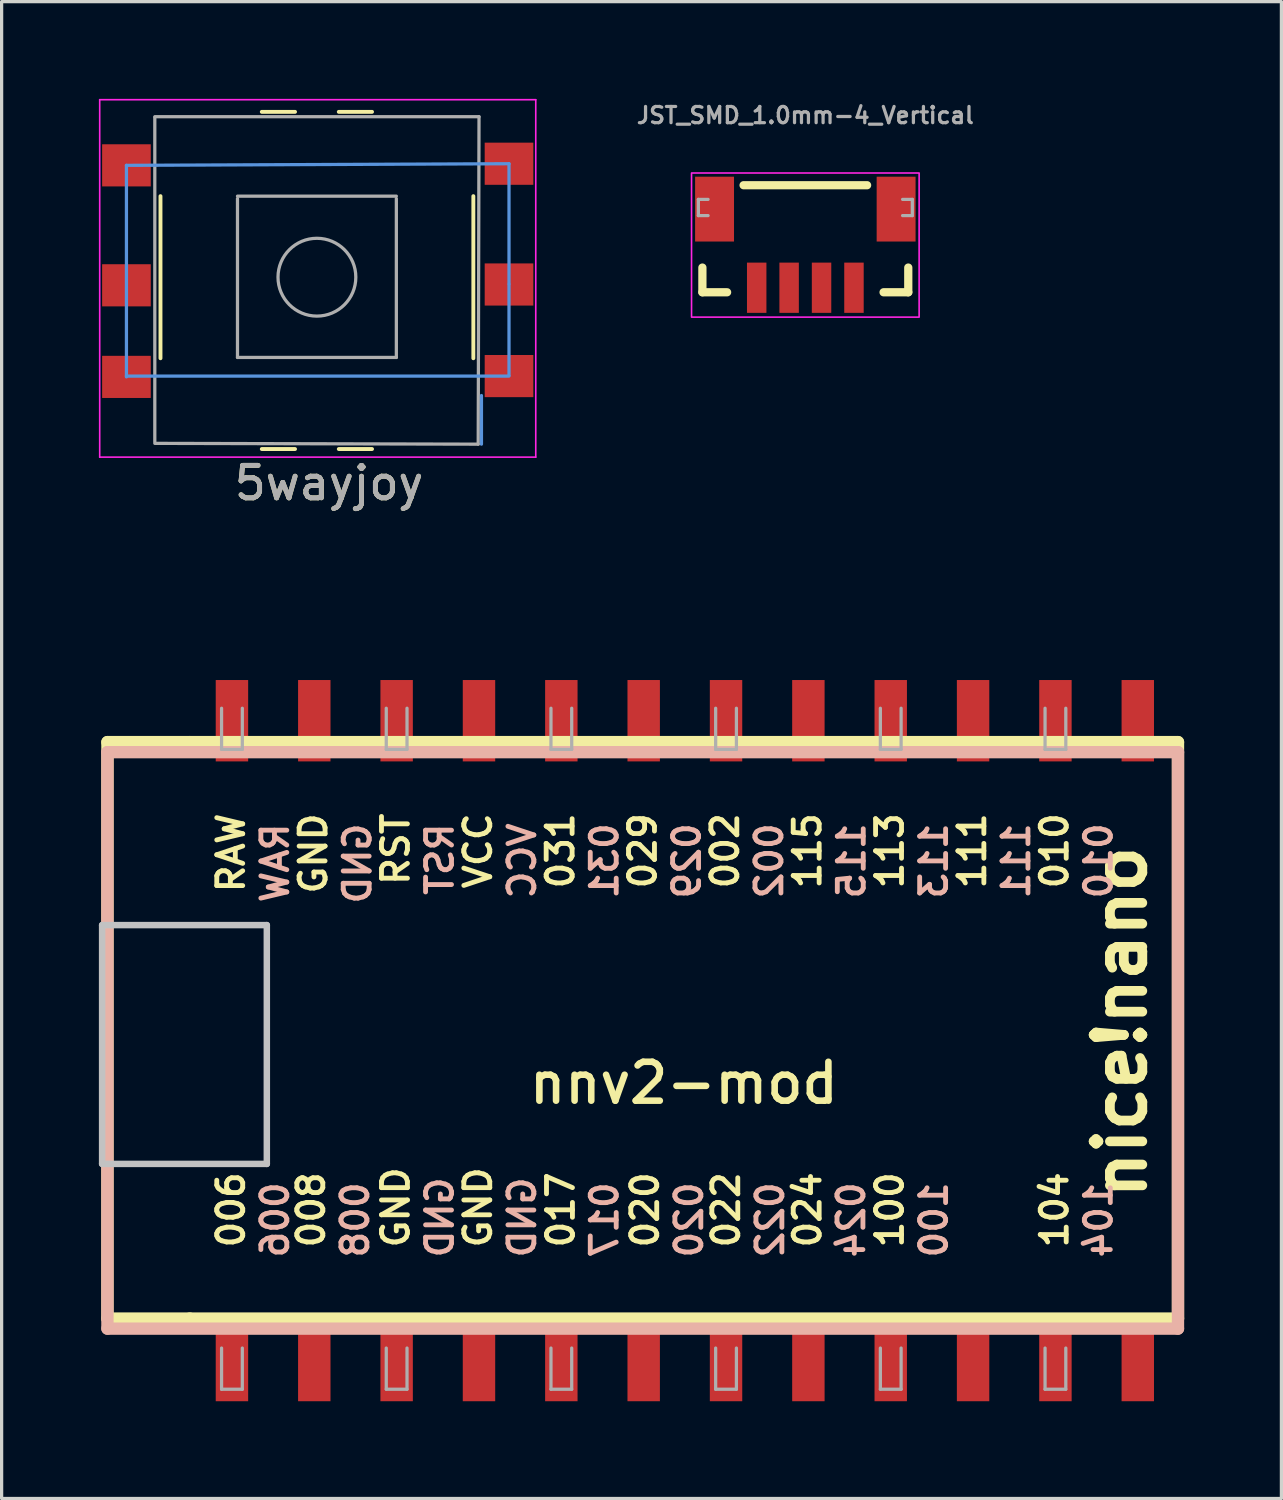
<source format=kicad_pcb>
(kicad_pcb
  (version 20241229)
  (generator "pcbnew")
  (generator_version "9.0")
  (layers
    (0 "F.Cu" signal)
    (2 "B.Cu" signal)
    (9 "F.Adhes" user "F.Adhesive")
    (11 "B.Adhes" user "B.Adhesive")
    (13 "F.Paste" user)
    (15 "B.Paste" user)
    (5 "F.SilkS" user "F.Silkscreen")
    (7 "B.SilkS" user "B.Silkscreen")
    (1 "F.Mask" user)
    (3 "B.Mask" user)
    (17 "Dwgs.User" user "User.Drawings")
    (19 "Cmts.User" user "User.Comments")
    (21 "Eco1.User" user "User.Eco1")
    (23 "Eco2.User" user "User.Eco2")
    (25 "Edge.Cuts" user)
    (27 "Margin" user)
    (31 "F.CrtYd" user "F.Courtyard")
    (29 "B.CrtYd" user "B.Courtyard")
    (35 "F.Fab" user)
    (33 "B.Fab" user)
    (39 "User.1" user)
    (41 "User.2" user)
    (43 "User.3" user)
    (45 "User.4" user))
  (footprint "nnv2-mod"
    (layer "F.Cu")
    (at 18.044 28.73)
    (property "Reference" "nnv2-mod" (at 0 1.625 0) (layer "F.SilkS") (effects (font (size 1.2 1.2) (thickness 0.203))))
    (attr through_hole)
    (fp_line (start -17.78 -8.89) (end -17.78 8.89) (stroke (width 0.381) (type solid)) (layer "F.SilkS"))
    (fp_line (start -17.78 8.89) (end -15.24 8.89) (stroke (width 0.381) (type solid)) (layer "F.SilkS"))
    (fp_line (start -15.24 -8.89) (end -17.78 -8.89) (stroke (width 0.381) (type solid)) (layer "F.SilkS"))
    (fp_line (start -15.24 8.89) (end 15.24 8.89) (stroke (width 0.381) (type solid)) (layer "F.SilkS"))
    (fp_line (start 15.24 -8.89) (end -15.24 -8.89) (stroke (width 0.381) (type solid)) (layer "F.SilkS"))
    (fp_line (start 15.24 8.89) (end 15.24 -8.89) (stroke (width 0.381) (type solid)) (layer "F.SilkS"))
    (fp_line (start -17.78 -8.58) (end -17.78 9.2) (stroke (width 0.381) (type solid)) (layer "B.SilkS"))
    (fp_line (start -17.78 9.2) (end 15.24 9.2) (stroke (width 0.381) (type solid)) (layer "B.SilkS"))
    (fp_line (start 15.24 -8.58) (end -17.78 -8.58) (stroke (width 0.381) (type solid)) (layer "B.SilkS"))
    (fp_line (start 15.24 9.2) (end 15.24 -8.58) (stroke (width 0.381) (type solid)) (layer "B.SilkS"))
    (fp_line (start -17.944 -3.246) (end -12.864 -3.246) (stroke (width 0.2) (type solid)) (layer "Dwgs.User"))
    (fp_line (start -17.944 4.12) (end -17.944 -3.246) (stroke (width 0.2) (type solid)) (layer "Dwgs.User"))
    (fp_line (start -12.864 -3.246) (end -12.864 4.12) (stroke (width 0.2) (type solid)) (layer "Dwgs.User"))
    (fp_line (start -12.864 4.12) (end -17.944 4.12) (stroke (width 0.2) (type solid)) (layer "Dwgs.User"))
    (fp_line (start -14.26 -9.935) (end -14.26 -8.665) (stroke (width 0.1) (type solid)) (layer "F.Fab"))
    (fp_line (start -14.26 -8.665) (end -13.62 -8.665) (stroke (width 0.1) (type solid)) (layer "F.Fab"))
    (fp_line (start -14.26 9.8) (end -14.26 11.07) (stroke (width 0.1) (type solid)) (layer "F.Fab"))
    (fp_line (start -14.26 11.07) (end -13.62 11.07) (stroke (width 0.1) (type solid)) (layer "F.Fab"))
    (fp_line (start -13.62 -8.665) (end -13.62 -9.935) (stroke (width 0.1) (type solid)) (layer "F.Fab"))
    (fp_line (start -13.62 11.07) (end -13.62 9.8) (stroke (width 0.1) (type solid)) (layer "F.Fab"))
    (fp_line (start -9.18 -9.935) (end -9.18 -8.665) (stroke (width 0.1) (type solid)) (layer "F.Fab"))
    (fp_line (start -9.18 -8.665) (end -8.54 -8.665) (stroke (width 0.1) (type solid)) (layer "F.Fab"))
    (fp_line (start -9.18 9.8) (end -9.18 11.07) (stroke (width 0.1) (type solid)) (layer "F.Fab"))
    (fp_line (start -9.18 11.07) (end -8.54 11.07) (stroke (width 0.1) (type solid)) (layer "F.Fab"))
    (fp_line (start -8.54 -8.665) (end -8.54 -9.935) (stroke (width 0.1) (type solid)) (layer "F.Fab"))
    (fp_line (start -8.54 11.07) (end -8.54 9.8) (stroke (width 0.1) (type solid)) (layer "F.Fab"))
    (fp_line (start -4.1 -9.935) (end -4.1 -8.665) (stroke (width 0.1) (type solid)) (layer "F.Fab"))
    (fp_line (start -4.1 -8.665) (end -3.46 -8.665) (stroke (width 0.1) (type solid)) (layer "F.Fab"))
    (fp_line (start -4.1 9.8) (end -4.1 11.07) (stroke (width 0.1) (type solid)) (layer "F.Fab"))
    (fp_line (start -4.1 11.07) (end -3.46 11.07) (stroke (width 0.1) (type solid)) (layer "F.Fab"))
    (fp_line (start -3.46 -8.665) (end -3.46 -9.935) (stroke (width 0.1) (type solid)) (layer "F.Fab"))
    (fp_line (start -3.46 11.07) (end -3.46 9.8) (stroke (width 0.1) (type solid)) (layer "F.Fab"))
    (fp_line (start 0.98 -9.935) (end 0.98 -8.665) (stroke (width 0.1) (type solid)) (layer "F.Fab"))
    (fp_line (start 0.98 -8.665) (end 1.62 -8.665) (stroke (width 0.1) (type solid)) (layer "F.Fab"))
    (fp_line (start 0.98 9.8) (end 0.98 11.07) (stroke (width 0.1) (type solid)) (layer "F.Fab"))
    (fp_line (start 0.98 11.07) (end 1.62 11.07) (stroke (width 0.1) (type solid)) (layer "F.Fab"))
    (fp_line (start 1.62 -8.665) (end 1.62 -9.935) (stroke (width 0.1) (type solid)) (layer "F.Fab"))
    (fp_line (start 1.62 11.07) (end 1.62 9.8) (stroke (width 0.1) (type solid)) (layer "F.Fab"))
    (fp_line (start 6.06 -9.935) (end 6.06 -8.665) (stroke (width 0.1) (type solid)) (layer "F.Fab"))
    (fp_line (start 6.06 -8.665) (end 6.7 -8.665) (stroke (width 0.1) (type solid)) (layer "F.Fab"))
    (fp_line (start 6.06 9.8) (end 6.06 11.07) (stroke (width 0.1) (type solid)) (layer "F.Fab"))
    (fp_line (start 6.06 11.07) (end 6.7 11.07) (stroke (width 0.1) (type solid)) (layer "F.Fab"))
    (fp_line (start 6.7 -8.665) (end 6.7 -9.935) (stroke (width 0.1) (type solid)) (layer "F.Fab"))
    (fp_line (start 6.7 11.07) (end 6.7 9.8) (stroke (width 0.1) (type solid)) (layer "F.Fab"))
    (fp_line (start 11.14 -9.935) (end 11.14 -8.665) (stroke (width 0.1) (type solid)) (layer "F.Fab"))
    (fp_line (start 11.14 -8.665) (end 11.78 -8.665) (stroke (width 0.1) (type solid)) (layer "F.Fab"))
    (fp_line (start 11.14 9.8) (end 11.14 11.07) (stroke (width 0.1) (type solid)) (layer "F.Fab"))
    (fp_line (start 11.14 11.07) (end 11.78 11.07) (stroke (width 0.1) (type solid)) (layer "F.Fab"))
    (fp_line (start 11.78 -8.665) (end 11.78 -9.935) (stroke (width 0.1) (type solid)) (layer "F.Fab"))
    (fp_line (start 11.78 11.07) (end 11.78 9.8) (stroke (width 0.1) (type solid)) (layer "F.Fab"))
    (fp_text user "GND" (at -11.43 -5.455 90) (layer "F.SilkS") (effects (font (size 0.8 0.8) (thickness 0.15))))
    (fp_text user "104" (at 11.43 5.537 90) (layer "F.SilkS") (effects (font (size 0.8 0.8) (thickness 0.15))))
    (fp_text user "115" (at 3.81 -5.537 90) (layer "F.SilkS") (effects (font (size 0.8 0.8) (thickness 0.15))))
    (fp_text user "010" (at 11.43 -5.537 90) (layer "F.SilkS") (effects (font (size 0.8 0.8) (thickness 0.15))))
    (fp_text user "100" (at 6.35 5.537 90) (layer "F.SilkS") (effects (font (size 0.8 0.8) (thickness 0.15))))
    (fp_text user "002" (at 1.27 -5.537 90) (layer "F.SilkS") (effects (font (size 0.8 0.8) (thickness 0.15))))
    (fp_text user "113" (at 6.35 -5.537 90) (layer "F.SilkS") (effects (font (size 0.8 0.8) (thickness 0.15))))
    (fp_text user "024" (at 3.81 5.537 90) (layer "F.SilkS") (effects (font (size 0.8 0.8) (thickness 0.15))))
    (fp_text user "029" (at -1.27 -5.537 90) (layer "F.SilkS") (effects (font (size 0.8 0.8) (thickness 0.15))))
    (fp_text user "GND" (at -8.89 5.461 90) (layer "F.SilkS") (effects (font (size 0.8 0.8) (thickness 0.15))))
    (fp_text user "017" (at -3.8 5.537 90) (layer "F.SilkS") (effects (font (size 0.8 0.8) (thickness 0.15))))
    (fp_text user "031" (at -3.81 -5.537 90) (layer "F.SilkS") (effects (font (size 0.8 0.8) (thickness 0.15))))
    (fp_text user "008" (at -11.5 5.537 90) (layer "F.SilkS") (effects (font (size 0.8 0.8) (thickness 0.15))))
    (fp_text user "RST" (at -8.89 -5.588 90) (layer "F.SilkS") (effects (font (size 0.8 0.8) (thickness 0.15))))
    (fp_text user "VCC" (at -6.35 -5.537 90) (layer "F.SilkS") (effects (font (size 0.8 0.8) (thickness 0.15))))
    (fp_text user "RAW" (at -13.97 -5.474 90) (layer "F.SilkS") (effects (font (size 0.8 0.8) (thickness 0.15))))
    (fp_text user "006" (at -13.97 5.537 90) (layer "F.SilkS") (effects (font (size 0.8 0.8) (thickness 0.15))))
    (fp_text user "020" (at -1.2 5.537 90) (layer "F.SilkS") (effects (font (size 0.8 0.8) (thickness 0.15))))
    (fp_text user "nice!nano" (at 13.462 -0.254 90) (layer "F.SilkS") (effects (font (size 1.5 1.5) (thickness 0.3))))
    (fp_text user "GND" (at -6.35 5.461 90) (layer "F.SilkS") (effects (font (size 0.8 0.8) (thickness 0.15))))
    (fp_text user "022" (at 1.3 5.537 90) (layer "F.SilkS") (effects (font (size 0.8 0.8) (thickness 0.15))))
    (fp_text user "111" (at 8.89 -5.537 90) (layer "F.SilkS") (effects (font (size 0.8 0.8) (thickness 0.15))))
    (fp_text user "GND" (at -4.99 5.771 90) (layer "B.SilkS") (effects (font (size 0.8 0.8) (thickness 0.15)) (justify mirror)))
    (fp_text user "GND" (at -10.07 -5.145 90) (layer "B.SilkS") (effects (font (size 0.8 0.8) (thickness 0.15)) (justify mirror)))
    (fp_text user "006" (at -12.61 5.847 90) (layer "B.SilkS") (effects (font (size 0.8 0.8) (thickness 0.15)) (justify mirror)))
    (fp_text user "002" (at 2.63 -5.227 90) (layer "B.SilkS") (effects (font (size 0.8 0.8) (thickness 0.15)) (justify mirror)))
    (fp_text user "RST" (at -7.53 -5.278 90) (layer "B.SilkS") (effects (font (size 0.8 0.8) (thickness 0.15)) (justify mirror)))
    (fp_text user "017" (at -2.45 5.847 90) (layer "B.SilkS") (effects (font (size 0.8 0.8) (thickness 0.15)) (justify mirror)))
    (fp_text user "115" (at 5.17 -5.227 90) (layer "B.SilkS") (effects (font (size 0.8 0.8) (thickness 0.15)) (justify mirror)))
    (fp_text user "010" (at 12.79 -5.227 90) (layer "B.SilkS") (effects (font (size 0.8 0.8) (thickness 0.15)) (justify mirror)))
    (fp_text user "031" (at -2.45 -5.227 90) (layer "B.SilkS") (effects (font (size 0.8 0.8) (thickness 0.15)) (justify mirror)))
    (fp_text user "GND" (at -7.53 5.771 90) (layer "B.SilkS") (effects (font (size 0.8 0.8) (thickness 0.15)) (justify mirror)))
    (fp_text user "029" (at 0.09 -5.227 90) (layer "B.SilkS") (effects (font (size 0.8 0.8) (thickness 0.15)) (justify mirror)))
    (fp_text user "008" (at -10.14 5.847 90) (layer "B.SilkS") (effects (font (size 0.8 0.8) (thickness 0.15)) (justify mirror)))
    (fp_text user "020" (at 0.16 5.847 90) (layer "B.SilkS") (effects (font (size 0.8 0.8) (thickness 0.15)) (justify mirror)))
    (fp_text user "111" (at 10.25 -5.227 90) (layer "B.SilkS") (effects (font (size 0.8 0.8) (thickness 0.15)) (justify mirror)))
    (fp_text user "VCC" (at -4.99 -5.227 90) (layer "B.SilkS") (effects (font (size 0.8 0.8) (thickness 0.15)) (justify mirror)))
    (fp_text user "100" (at 7.71 5.847 90) (layer "B.SilkS") (effects (font (size 0.8 0.8) (thickness 0.15)) (justify mirror)))
    (fp_text user "113" (at 7.71 -5.227 90) (layer "B.SilkS") (effects (font (size 0.8 0.8) (thickness 0.15)) (justify mirror)))
    (fp_text user "RAW" (at -12.61 -5.164 90) (layer "B.SilkS") (effects (font (size 0.8 0.8) (thickness 0.15)) (justify mirror)))
    (fp_text user "024" (at 5.16 5.847 90) (layer "B.SilkS") (effects (font (size 0.8 0.8) (thickness 0.15)) (justify mirror)))
    (fp_text user "104" (at 12.79 5.847 90) (layer "B.SilkS") (effects (font (size 0.8 0.8) (thickness 0.15)) (justify mirror)))
    (fp_text user "022" (at 2.66 5.847 90) (layer "B.SilkS") (effects (font (size 0.8 0.8) (thickness 0.15)) (justify mirror)))
    (pad "1" smd rect (at -13.94 10.185 90) (size 2.51 1) (layers "F.Cu" "F.Mask" "F.Paste"))
    (pad "2" smd rect (at -11.4 10.185 90) (size 2.51 1) (layers "F.Cu" "F.Mask" "F.Paste"))
    (pad "3" smd rect (at -8.86 10.185 90) (size 2.51 1) (layers "F.Cu" "F.Mask" "F.Paste"))
    (pad "4" smd rect (at -6.32 10.185 90) (size 2.51 1) (layers "F.Cu" "F.Mask" "F.Paste"))
    (pad "5" smd rect (at -3.78 10.185 90) (size 2.51 1) (layers "F.Cu" "F.Mask" "F.Paste"))
    (pad "6" smd rect (at -1.24 10.185 90) (size 2.51 1) (layers "F.Cu" "F.Mask" "F.Paste"))
    (pad "7" smd rect (at 1.3 10.185 90) (size 2.51 1) (layers "F.Cu" "F.Mask" "F.Paste"))
    (pad "8" smd rect (at 3.84 10.185 90) (size 2.51 1) (layers "F.Cu" "F.Mask" "F.Paste"))
    (pad "9" smd rect (at 6.38 10.185 90) (size 2.51 1) (layers "F.Cu" "F.Mask" "F.Paste"))
    (pad "10" smd rect (at 8.92 10.185 90) (size 2.51 1) (layers "F.Cu" "F.Mask" "F.Paste"))
    (pad "11" smd rect (at 11.46 10.185 90) (size 2.51 1) (layers "F.Cu" "F.Mask" "F.Paste"))
    (pad "12" smd rect (at 14 10.185 90) (size 2.51 1) (layers "F.Cu" "F.Mask" "F.Paste"))
    (pad "13" smd rect (at 14 -9.55 90) (size 2.51 1) (layers "F.Cu" "F.Mask" "F.Paste"))
    (pad "14" smd rect (at 11.46 -9.55 90) (size 2.51 1) (layers "F.Cu" "F.Mask" "F.Paste"))
    (pad "15" smd rect (at 8.92 -9.55 90) (size 2.51 1) (layers "F.Cu" "F.Mask" "F.Paste"))
    (pad "16" smd rect (at 6.38 -9.55 90) (size 2.51 1) (layers "F.Cu" "F.Mask" "F.Paste"))
    (pad "17" smd rect (at 3.84 -9.55 90) (size 2.51 1) (layers "F.Cu" "F.Mask" "F.Paste"))
    (pad "18" smd rect (at 1.3 -9.55 90) (size 2.51 1) (layers "F.Cu" "F.Mask" "F.Paste"))
    (pad "19" smd rect (at -1.24 -9.55 90) (size 2.51 1) (layers "F.Cu" "F.Mask" "F.Paste"))
    (pad "20" smd rect (at -3.78 -9.55 90) (size 2.51 1) (layers "F.Cu" "F.Mask" "F.Paste"))
    (pad "21" smd rect (at -6.32 -9.55 90) (size 2.51 1) (layers "F.Cu" "F.Mask" "F.Paste"))
    (pad "22" smd rect (at -8.86 -9.55 90) (size 2.51 1) (layers "F.Cu" "F.Mask" "F.Paste"))
    (pad "23" smd rect (at -11.4 -9.55 90) (size 2.51 1) (layers "F.Cu" "F.Mask" "F.Paste"))
    (pad "24" smd rect (at -13.94 -9.55 90) (size 2.51 1) (layers "F.Cu" "F.Mask" "F.Paste")))
  (footprint "JST_SMD_1.0mm-4_Vertical"
    (layer "F.Cu")
    (at 21.79 4.314)
    (property "Reference" "JST_SMD_1.0mm-4_Vertical" (at 0 -3.514 0) (layer "F.Fab") (effects (font (size 0.5 0.5) (thickness 0.1)) (justify bottom)))
    (attr smd)
    (fp_line (start -3.175 0.889) (end -3.175 1.651) (stroke (width 0.254) (type solid)) (layer "F.SilkS"))
    (fp_line (start -3.175 1.651) (end -2.413 1.651) (stroke (width 0.254) (type solid)) (layer "F.SilkS"))
    (fp_line (start 1.905 -1.651) (end -1.905 -1.651) (stroke (width 0.254) (type solid)) (layer "F.SilkS"))
    (fp_line (start 3.175 0.889) (end 3.175 1.651) (stroke (width 0.254) (type solid)) (layer "F.SilkS"))
    (fp_line (start 3.175 1.651) (end 2.413 1.651) (stroke (width 0.254) (type solid)) (layer "F.SilkS"))
    (fp_rect (start 3.51 -2.028) (end -3.51 2.418) (stroke (width 0.05) (type default)) (fill no) (layer "F.CrtYd"))
    (fp_line (start -3.3 -1.214) (end -3.3 -0.714) (stroke (width 0.1) (type solid)) (layer "F.Fab"))
    (fp_line (start -3.3 -0.714) (end -3 -0.714) (stroke (width 0.1) (type solid)) (layer "F.Fab"))
    (fp_line (start -3 -1.214) (end -3.3 -1.214) (stroke (width 0.1) (type solid)) (layer "F.Fab"))
    (fp_line (start 3 -0.714) (end 3.3 -0.714) (stroke (width 0.1) (type solid)) (layer "F.Fab"))
    (fp_line (start 3.3 -1.214) (end 3 -1.214) (stroke (width 0.1) (type solid)) (layer "F.Fab"))
    (fp_line (start 3.3 -0.714) (end 3.3 -1.214) (stroke (width 0.1) (type solid)) (layer "F.Fab"))
    (pad "1" smd rect (at -1.5 1.511) (size 0.6 1.55) (layers "F.Cu" "F.Mask" "F.Paste"))
    (pad "2" smd rect (at -0.5 1.511) (size 0.6 1.55) (layers "F.Cu" "F.Mask" "F.Paste"))
    (pad "3" smd rect (at 0.5 1.511) (size 0.6 1.55) (layers "F.Cu" "F.Mask" "F.Paste"))
    (pad "4" smd rect (at 1.5 1.511) (size 0.6 1.55) (layers "F.Cu" "F.Mask" "F.Paste"))
    (pad "NC1" smd rect (at -2.8 -0.914) (size 1.2 2) (layers "F.Cu" "F.Mask" "F.Paste"))
    (pad "NC2" smd rect (at 2.8 -0.914) (size 1.2 2) (layers "F.Cu" "F.Mask" "F.Paste")))
  (footprint "5wayjoy"
    (layer "F.Cu")
    (at 8.675 14.675)
    (property "Reference" "5wayjoy" (at -1.575 -2.825 180) (layer "F.SilkS") (effects (font (size 1 1) (thickness 0.15))))
    (attr smd)
    (fp_line (start -6.775 -6.675) (end -6.775 -11.675) (stroke (width 0.12) (type solid)) (layer "F.SilkS"))
    (fp_line (start -3.65 -14.275) (end -2.625 -14.275) (stroke (width 0.12) (type solid)) (layer "F.SilkS"))
    (fp_line (start -3.65 -3.875) (end -2.625 -3.875) (stroke (width 0.12) (type solid)) (layer "F.SilkS"))
    (fp_line (start -1.275 -14.275) (end -0.25 -14.275) (stroke (width 0.12) (type solid)) (layer "F.SilkS"))
    (fp_line (start -1.275 -3.875) (end -0.25 -3.875) (stroke (width 0.12) (type solid)) (layer "F.SilkS"))
    (fp_line (start 2.875 -6.675) (end 2.875 -11.675) (stroke (width 0.12) (type solid)) (layer "F.SilkS"))
    (fp_line (start -7.825 -12.625) (end 3.975 -12.675) (stroke (width 0.1) (type default)) (layer "Cmts.User"))
    (fp_line (start -7.825 -8.925) (end -7.825 -12.625) (stroke (width 0.1) (type default)) (layer "Cmts.User"))
    (fp_line (start -7.825 -6.1) (end -7.825 -8.9) (stroke (width 0.1) (type default)) (layer "Cmts.User"))
    (fp_line (start 3.125 -4.025) (end 3.125 -5.525) (stroke (width 0.1) (type default)) (layer "Cmts.User"))
    (fp_line (start 3.975 -8.975) (end 3.975 -12.675) (stroke (width 0.1) (type default)) (layer "Cmts.User"))
    (fp_line (start 3.975 -6.15) (end 3.975 -8.95) (stroke (width 0.1) (type default)) (layer "Cmts.User"))
    (fp_line (start 3.975 -6.125) (end -7.825 -6.125) (stroke (width 0.1) (type default)) (layer "Cmts.User"))
    (fp_line (start -8.65 -14.65) (end 4.8 -14.65) (stroke (width 0.05) (type default)) (layer "F.CrtYd"))
    (fp_line (start -8.65 -3.625) (end -8.65 -14.65) (stroke (width 0.05) (type default)) (layer "F.CrtYd"))
    (fp_line (start 4.8 -3.625) (end -8.65 -3.625) (stroke (width 0.05) (type solid)) (layer "F.CrtYd"))
    (fp_line (start 4.8 -3.625) (end 4.8 -14.65) (stroke (width 0.05) (type default)) (layer "F.CrtYd"))
    (fp_line (start -6.95 -14.1) (end -6.95 -4.1) (stroke (width 0.1) (type default)) (layer "F.Fab"))
    (fp_line (start -6.95 -4.05) (end 3.025 -4.025) (stroke (width 0.1) (type default)) (layer "F.Fab"))
    (fp_line (start -4.4 -11.675) (end 0.5 -11.675) (stroke (width 0.1) (type solid)) (layer "F.Fab"))
    (fp_line (start -4.4 -6.7) (end -4.4 -11.6) (stroke (width 0.1) (type solid)) (layer "F.Fab"))
    (fp_line (start -4.4 -6.7) (end 0.5 -6.7) (stroke (width 0.1) (type solid)) (layer "F.Fab"))
    (fp_line (start 0.5 -11.6) (end 0.5 -6.7) (stroke (width 0.1) (type solid)) (layer "F.Fab"))
    (fp_line (start 3.05 -14.125) (end -6.95 -14.125) (stroke (width 0.1) (type default)) (layer "F.Fab"))
    (fp_line (start 3.05 -14.125) (end 3.025 -4.025) (stroke (width 0.1) (type default)) (layer "F.Fab"))
    (fp_circle (center -1.95 -9.175) (end -1.95 -10.375) (stroke (width 0.1) (type solid)) (fill no) (layer "F.Fab"))
    (fp_text user "${REFERENCE}" (at -1.575 -2.825 180) (layer "F.Fab") (effects (font (size 1 1) (thickness 0.15))))
    (pad "1" smd rect (at -7.825 -12.625 180) (size 1.5 1.3) (layers "F.Cu" "F.Mask" "F.Paste"))
    (pad "2" smd rect (at -7.825 -8.925 180) (size 1.5 1.3) (layers "F.Cu" "F.Mask" "F.Paste"))
    (pad "3" smd rect (at -7.825 -6.1 180) (size 1.5 1.3) (layers "F.Cu" "F.Mask" "F.Paste"))
    (pad "4" smd rect (at 3.975 -6.125 180) (size 1.5 1.3) (layers "F.Cu" "F.Mask" "F.Paste"))
    (pad "5" smd rect (at 3.975 -8.95 180) (size 1.5 1.3) (layers "F.Cu" "F.Mask" "F.Paste"))
    (pad "6" smd rect (at 3.975 -12.675 180) (size 1.5 1.3) (layers "F.Cu" "F.Mask" "F.Paste")))
  (gr_rect
    (start -3 -3)
    (end 36.474 43.17)
    (stroke (width 0.1) (type default))
    (fill no)
    (layer "Edge.Cuts")))
</source>
